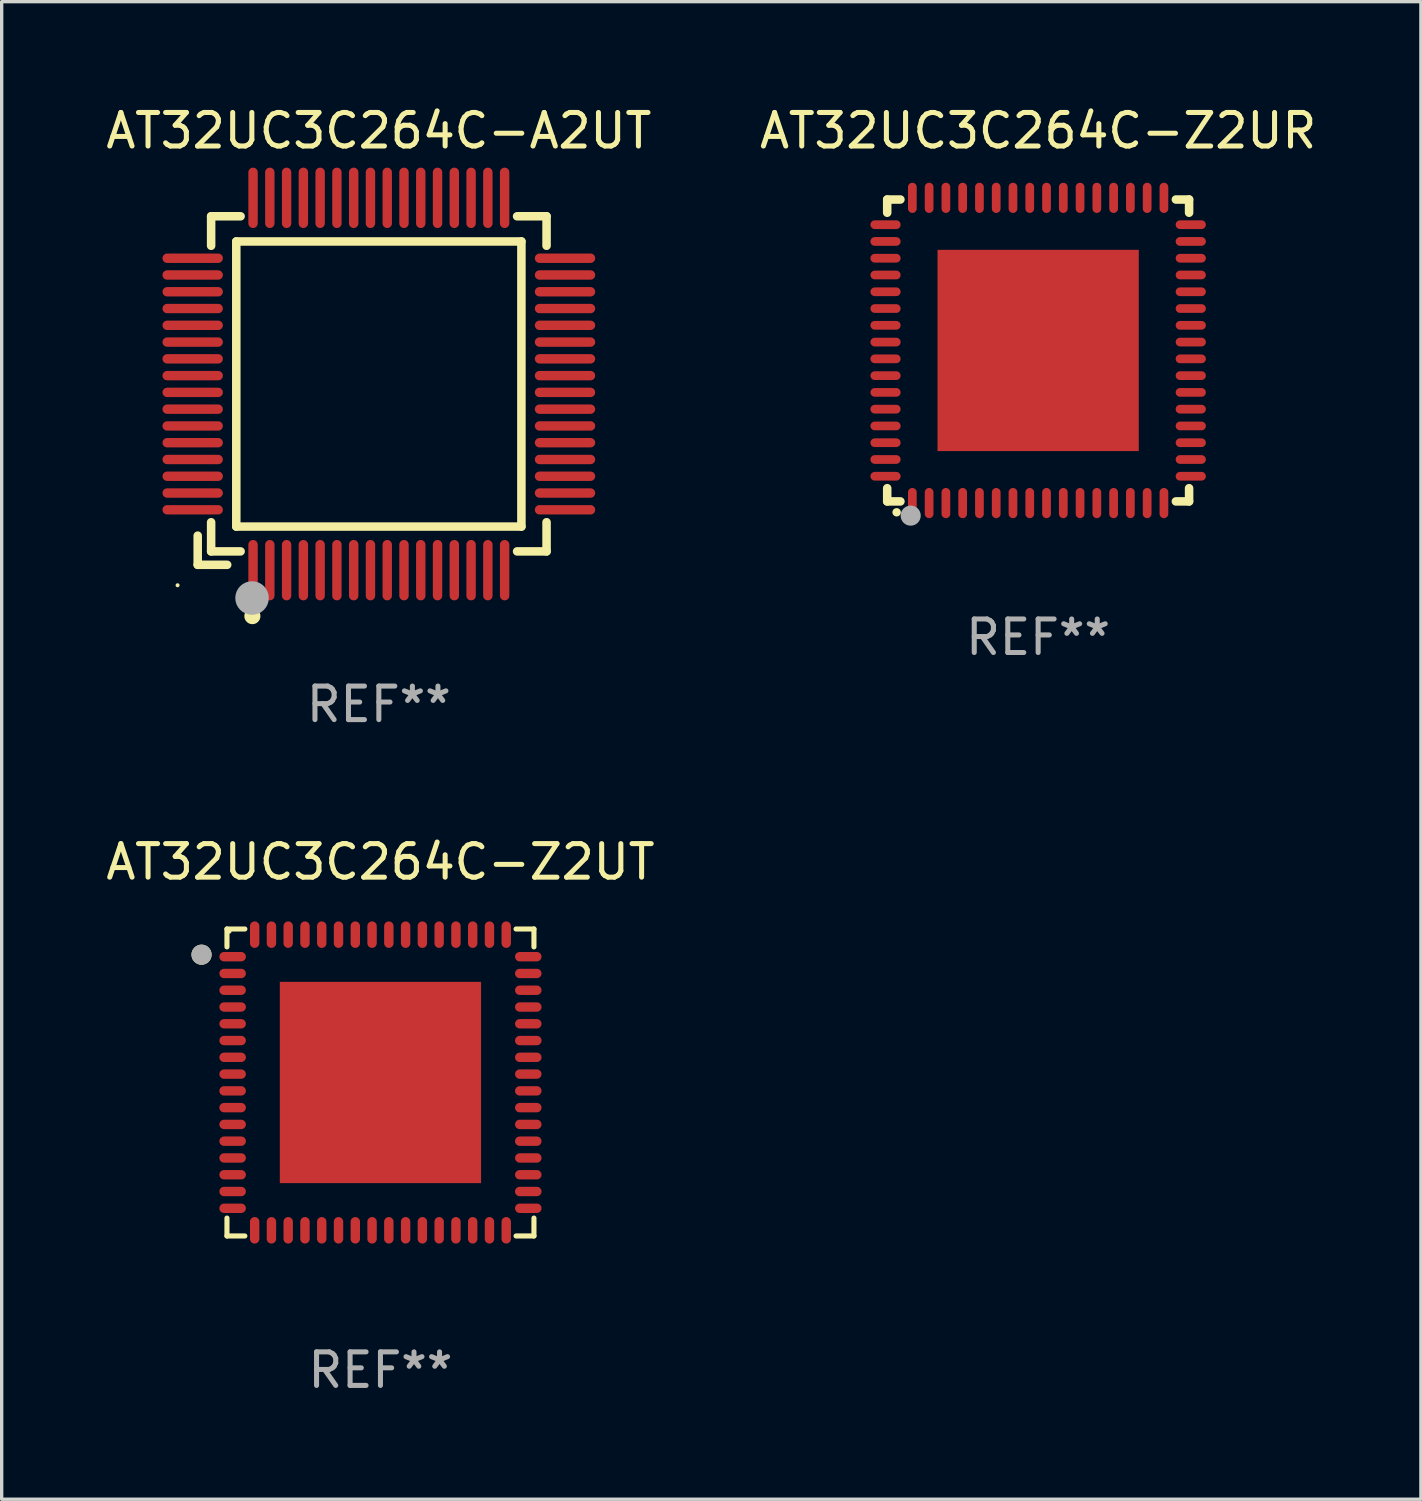
<source format=kicad_pcb>
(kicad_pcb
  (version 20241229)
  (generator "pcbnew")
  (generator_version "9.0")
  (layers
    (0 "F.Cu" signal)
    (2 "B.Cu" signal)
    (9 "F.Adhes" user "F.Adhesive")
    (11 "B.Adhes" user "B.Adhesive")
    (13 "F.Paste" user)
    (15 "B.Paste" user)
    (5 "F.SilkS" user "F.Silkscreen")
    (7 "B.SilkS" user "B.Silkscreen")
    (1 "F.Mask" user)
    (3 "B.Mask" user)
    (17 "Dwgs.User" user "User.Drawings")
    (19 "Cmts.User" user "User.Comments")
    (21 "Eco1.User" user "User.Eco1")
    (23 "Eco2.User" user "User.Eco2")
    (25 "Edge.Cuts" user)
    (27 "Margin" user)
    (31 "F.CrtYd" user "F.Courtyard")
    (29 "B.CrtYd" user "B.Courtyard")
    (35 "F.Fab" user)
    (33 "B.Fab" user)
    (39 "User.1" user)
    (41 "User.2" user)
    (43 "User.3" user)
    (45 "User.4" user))
  (footprint "AT32UC3C264C-A2UT"
    (layer "F.Cu")
    (at 8.244 8.398)
    (property "Reference" "AT32UC3C264C-A2UT" (at 0 -7.55 0) (layer "F.SilkS") (effects (font (size 1 1) (thickness 0.15))))
    (attr through_hole)
    (fp_line (start -5.4 4.521) (end -5.4 5.39) (stroke (width 0.254) (type solid)) (layer "F.SilkS"))
    (fp_line (start -5.4 5.39) (end -4.521 5.39) (stroke (width 0.254) (type solid)) (layer "F.SilkS"))
    (fp_line (start -5 -5) (end -5 -4.121) (stroke (width 0.254) (type solid)) (layer "F.SilkS"))
    (fp_line (start -5 4.121) (end -5 4.99) (stroke (width 0.254) (type solid)) (layer "F.SilkS"))
    (fp_line (start -5 4.99) (end -4.121 4.99) (stroke (width 0.254) (type solid)) (layer "F.SilkS"))
    (fp_line (start -4.25 -4.25) (end -4.25 4.25) (stroke (width 0.254) (type solid)) (layer "F.SilkS"))
    (fp_line (start -4.25 4.25) (end 4.25 4.25) (stroke (width 0.254) (type solid)) (layer "F.SilkS"))
    (fp_line (start -4.121 -5) (end -5 -5) (stroke (width 0.254) (type solid)) (layer "F.SilkS"))
    (fp_line (start 4.121 4.99) (end 5 4.99) (stroke (width 0.254) (type solid)) (layer "F.SilkS"))
    (fp_line (start 4.25 -4.25) (end -4.25 -4.25) (stroke (width 0.254) (type solid)) (layer "F.SilkS"))
    (fp_line (start 4.25 4.25) (end 4.25 -4.25) (stroke (width 0.254) (type solid)) (layer "F.SilkS"))
    (fp_line (start 5 -5) (end 4.121 -5) (stroke (width 0.254) (type solid)) (layer "F.SilkS"))
    (fp_line (start 5 -4.121) (end 5 -5) (stroke (width 0.254) (type solid)) (layer "F.SilkS"))
    (fp_line (start 5 4.99) (end 5 4.121) (stroke (width 0.254) (type solid)) (layer "F.SilkS"))
    (fp_circle (center -6 6) (end -5.97 6) (stroke (width 0.06) (type solid)) (fill no) (layer "F.SilkS"))
    (fp_circle (center -3.77 6.92) (end -3.65 6.92) (stroke (width 0.24) (type solid)) (fill no) (layer "F.SilkS"))
    (fp_circle (center -3.78 6.38) (end -3.53 6.38) (stroke (width 0.5) (type solid)) (fill no) (layer "F.Fab"))
    (fp_text user "REF**" (at 0 9.55 0) (layer "F.Fab") (effects (font (size 1 1) (thickness 0.15))))
    (pad "1" smd oval (at -3.75 5.55) (size 0.28 1.8) (layers "F.Cu" "F.Mask" "F.Paste"))
    (pad "2" smd oval (at -3.25 5.55) (size 0.28 1.8) (layers "F.Cu" "F.Mask" "F.Paste"))
    (pad "3" smd oval (at -2.75 5.55) (size 0.28 1.8) (layers "F.Cu" "F.Mask" "F.Paste"))
    (pad "4" smd oval (at -2.25 5.55) (size 0.28 1.8) (layers "F.Cu" "F.Mask" "F.Paste"))
    (pad "5" smd oval (at -1.75 5.55) (size 0.28 1.8) (layers "F.Cu" "F.Mask" "F.Paste"))
    (pad "6" smd oval (at -1.25 5.55) (size 0.28 1.8) (layers "F.Cu" "F.Mask" "F.Paste"))
    (pad "7" smd oval (at -0.75 5.55) (size 0.28 1.8) (layers "F.Cu" "F.Mask" "F.Paste"))
    (pad "8" smd oval (at -0.25 5.55) (size 0.28 1.8) (layers "F.Cu" "F.Mask" "F.Paste"))
    (pad "9" smd oval (at 0.25 5.55) (size 0.28 1.8) (layers "F.Cu" "F.Mask" "F.Paste"))
    (pad "10" smd oval (at 0.75 5.55) (size 0.28 1.8) (layers "F.Cu" "F.Mask" "F.Paste"))
    (pad "11" smd oval (at 1.25 5.55) (size 0.28 1.8) (layers "F.Cu" "F.Mask" "F.Paste"))
    (pad "12" smd oval (at 1.75 5.55) (size 0.28 1.8) (layers "F.Cu" "F.Mask" "F.Paste"))
    (pad "13" smd oval (at 2.25 5.55) (size 0.28 1.8) (layers "F.Cu" "F.Mask" "F.Paste"))
    (pad "14" smd oval (at 2.75 5.55) (size 0.28 1.8) (layers "F.Cu" "F.Mask" "F.Paste"))
    (pad "15" smd oval (at 3.25 5.55) (size 0.28 1.8) (layers "F.Cu" "F.Mask" "F.Paste"))
    (pad "16" smd oval (at 3.75 5.55) (size 0.28 1.8) (layers "F.Cu" "F.Mask" "F.Paste"))
    (pad "17" smd oval (at 5.55 3.75) (size 1.8 0.28) (layers "F.Cu" "F.Mask" "F.Paste"))
    (pad "18" smd oval (at 5.55 3.25) (size 1.8 0.28) (layers "F.Cu" "F.Mask" "F.Paste"))
    (pad "19" smd oval (at 5.55 2.75) (size 1.8 0.28) (layers "F.Cu" "F.Mask" "F.Paste"))
    (pad "20" smd oval (at 5.55 2.25) (size 1.8 0.28) (layers "F.Cu" "F.Mask" "F.Paste"))
    (pad "21" smd oval (at 5.55 1.75) (size 1.8 0.28) (layers "F.Cu" "F.Mask" "F.Paste"))
    (pad "22" smd oval (at 5.55 1.25) (size 1.8 0.28) (layers "F.Cu" "F.Mask" "F.Paste"))
    (pad "23" smd oval (at 5.55 0.75) (size 1.8 0.28) (layers "F.Cu" "F.Mask" "F.Paste"))
    (pad "24" smd oval (at 5.55 0.25) (size 1.8 0.28) (layers "F.Cu" "F.Mask" "F.Paste"))
    (pad "25" smd oval (at 5.55 -0.25) (size 1.8 0.28) (layers "F.Cu" "F.Mask" "F.Paste"))
    (pad "26" smd oval (at 5.55 -0.75) (size 1.8 0.28) (layers "F.Cu" "F.Mask" "F.Paste"))
    (pad "27" smd oval (at 5.55 -1.25) (size 1.8 0.28) (layers "F.Cu" "F.Mask" "F.Paste"))
    (pad "28" smd oval (at 5.55 -1.75) (size 1.8 0.28) (layers "F.Cu" "F.Mask" "F.Paste"))
    (pad "29" smd oval (at 5.55 -2.25) (size 1.8 0.28) (layers "F.Cu" "F.Mask" "F.Paste"))
    (pad "30" smd oval (at 5.55 -2.75) (size 1.8 0.28) (layers "F.Cu" "F.Mask" "F.Paste"))
    (pad "31" smd oval (at 5.55 -3.25) (size 1.8 0.28) (layers "F.Cu" "F.Mask" "F.Paste"))
    (pad "32" smd oval (at 5.55 -3.75) (size 1.8 0.28) (layers "F.Cu" "F.Mask" "F.Paste"))
    (pad "33" smd oval (at 3.75 -5.55) (size 0.28 1.8) (layers "F.Cu" "F.Mask" "F.Paste"))
    (pad "34" smd oval (at 3.25 -5.55) (size 0.28 1.8) (layers "F.Cu" "F.Mask" "F.Paste"))
    (pad "35" smd oval (at 2.75 -5.55) (size 0.28 1.8) (layers "F.Cu" "F.Mask" "F.Paste"))
    (pad "36" smd oval (at 2.25 -5.55) (size 0.28 1.8) (layers "F.Cu" "F.Mask" "F.Paste"))
    (pad "37" smd oval (at 1.75 -5.55) (size 0.28 1.8) (layers "F.Cu" "F.Mask" "F.Paste"))
    (pad "38" smd oval (at 1.25 -5.55) (size 0.28 1.8) (layers "F.Cu" "F.Mask" "F.Paste"))
    (pad "39" smd oval (at 0.75 -5.55) (size 0.28 1.8) (layers "F.Cu" "F.Mask" "F.Paste"))
    (pad "40" smd oval (at 0.25 -5.55) (size 0.28 1.8) (layers "F.Cu" "F.Mask" "F.Paste"))
    (pad "41" smd oval (at -0.25 -5.55) (size 0.28 1.8) (layers "F.Cu" "F.Mask" "F.Paste"))
    (pad "42" smd oval (at -0.75 -5.55) (size 0.28 1.8) (layers "F.Cu" "F.Mask" "F.Paste"))
    (pad "43" smd oval (at -1.25 -5.55) (size 0.28 1.8) (layers "F.Cu" "F.Mask" "F.Paste"))
    (pad "44" smd oval (at -1.75 -5.55) (size 0.28 1.8) (layers "F.Cu" "F.Mask" "F.Paste"))
    (pad "45" smd oval (at -2.25 -5.55) (size 0.28 1.8) (layers "F.Cu" "F.Mask" "F.Paste"))
    (pad "46" smd oval (at -2.75 -5.55) (size 0.28 1.8) (layers "F.Cu" "F.Mask" "F.Paste"))
    (pad "47" smd oval (at -3.25 -5.55) (size 0.28 1.8) (layers "F.Cu" "F.Mask" "F.Paste"))
    (pad "48" smd oval (at -3.75 -5.55) (size 0.28 1.8) (layers "F.Cu" "F.Mask" "F.Paste"))
    (pad "49" smd oval (at -5.55 -3.75) (size 1.8 0.28) (layers "F.Cu" "F.Mask" "F.Paste"))
    (pad "50" smd oval (at -5.55 -3.25) (size 1.8 0.28) (layers "F.Cu" "F.Mask" "F.Paste"))
    (pad "51" smd oval (at -5.55 -2.75) (size 1.8 0.28) (layers "F.Cu" "F.Mask" "F.Paste"))
    (pad "52" smd oval (at -5.55 -2.25) (size 1.8 0.28) (layers "F.Cu" "F.Mask" "F.Paste"))
    (pad "53" smd oval (at -5.55 -1.75) (size 1.8 0.28) (layers "F.Cu" "F.Mask" "F.Paste"))
    (pad "54" smd oval (at -5.55 -1.25) (size 1.8 0.28) (layers "F.Cu" "F.Mask" "F.Paste"))
    (pad "55" smd oval (at -5.55 -0.75) (size 1.8 0.28) (layers "F.Cu" "F.Mask" "F.Paste"))
    (pad "56" smd oval (at -5.55 -0.25) (size 1.8 0.28) (layers "F.Cu" "F.Mask" "F.Paste"))
    (pad "57" smd oval (at -5.55 0.25) (size 1.8 0.28) (layers "F.Cu" "F.Mask" "F.Paste"))
    (pad "58" smd oval (at -5.55 0.75) (size 1.8 0.28) (layers "F.Cu" "F.Mask" "F.Paste"))
    (pad "59" smd oval (at -5.55 1.25) (size 1.8 0.28) (layers "F.Cu" "F.Mask" "F.Paste"))
    (pad "60" smd oval (at -5.55 1.75) (size 1.8 0.28) (layers "F.Cu" "F.Mask" "F.Paste"))
    (pad "61" smd oval (at -5.55 2.25) (size 1.8 0.28) (layers "F.Cu" "F.Mask" "F.Paste"))
    (pad "62" smd oval (at -5.55 2.75) (size 1.8 0.28) (layers "F.Cu" "F.Mask" "F.Paste"))
    (pad "63" smd oval (at -5.55 3.25) (size 1.8 0.28) (layers "F.Cu" "F.Mask" "F.Paste"))
    (pad "64" smd oval (at -5.55 3.75) (size 1.8 0.28) (layers "F.Cu" "F.Mask" "F.Paste")))
  (footprint "AT32UC3C264C-Z2UR"
    (layer "F.Cu")
    (at 27.899 7.398)
    (property "Reference" "AT32UC3C264C-Z2UR" (at 0 -6.55 0) (layer "F.SilkS") (effects (font (size 1 1) (thickness 0.15))))
    (attr through_hole)
    (fp_line (start -4.5 -4.5) (end -4.106 -4.5) (stroke (width 0.254) (type solid)) (layer "F.SilkS"))
    (fp_line (start -4.5 -4.106) (end -4.5 -4.5) (stroke (width 0.254) (type solid)) (layer "F.SilkS"))
    (fp_line (start -4.5 4.5) (end -4.5 4.106) (stroke (width 0.254) (type solid)) (layer "F.SilkS"))
    (fp_line (start -4.106 4.5) (end -4.5 4.5) (stroke (width 0.254) (type solid)) (layer "F.SilkS"))
    (fp_line (start 4.106 -4.5) (end 4.5 -4.5) (stroke (width 0.254) (type solid)) (layer "F.SilkS"))
    (fp_line (start 4.5 -4.5) (end 4.5 -4.106) (stroke (width 0.254) (type solid)) (layer "F.SilkS"))
    (fp_line (start 4.5 4.106) (end 4.5 4.5) (stroke (width 0.254) (type solid)) (layer "F.SilkS"))
    (fp_line (start 4.5 4.5) (end 4.106 4.5) (stroke (width 0.254) (type solid)) (layer "F.SilkS"))
    (fp_arc (start -4.220041 4.824308) (mid -4.218771 4.824302) (end -4.217501 4.824308) (stroke (width 0.24892) (type solid)) (layer "F.SilkS"))
    (fp_circle (center -4.5 4.5) (end -4.47 4.5) (stroke (width 0.06) (type solid)) (fill no) (layer "F.SilkS"))
    (fp_circle (center -3.8 4.924) (end -3.65 4.924) (stroke (width 0.3) (type solid)) (fill no) (layer "F.Fab"))
    (fp_text user "REF**" (at 0 8.55 0) (layer "F.Fab") (effects (font (size 1 1) (thickness 0.15))))
    (pad "1" smd oval (at -3.75 4.55 90) (size 0.9 0.26) (layers "F.Cu" "F.Mask" "F.Paste"))
    (pad "2" smd oval (at -3.25 4.55 90) (size 0.9 0.26) (layers "F.Cu" "F.Mask" "F.Paste"))
    (pad "3" smd oval (at -2.75 4.55 90) (size 0.9 0.26) (layers "F.Cu" "F.Mask" "F.Paste"))
    (pad "4" smd oval (at -2.25 4.55 90) (size 0.9 0.26) (layers "F.Cu" "F.Mask" "F.Paste"))
    (pad "5" smd oval (at -1.75 4.55 90) (size 0.9 0.26) (layers "F.Cu" "F.Mask" "F.Paste"))
    (pad "6" smd oval (at -1.25 4.55 90) (size 0.9 0.26) (layers "F.Cu" "F.Mask" "F.Paste"))
    (pad "7" smd oval (at -0.75 4.55 90) (size 0.9 0.26) (layers "F.Cu" "F.Mask" "F.Paste"))
    (pad "8" smd oval (at -0.25 4.55 90) (size 0.9 0.26) (layers "F.Cu" "F.Mask" "F.Paste"))
    (pad "9" smd oval (at 0.25 4.55 90) (size 0.9 0.26) (layers "F.Cu" "F.Mask" "F.Paste"))
    (pad "10" smd oval (at 0.75 4.55 90) (size 0.9 0.26) (layers "F.Cu" "F.Mask" "F.Paste"))
    (pad "11" smd oval (at 1.25 4.55 90) (size 0.9 0.26) (layers "F.Cu" "F.Mask" "F.Paste"))
    (pad "12" smd oval (at 1.75 4.55 90) (size 0.9 0.26) (layers "F.Cu" "F.Mask" "F.Paste"))
    (pad "13" smd oval (at 2.25 4.55 90) (size 0.9 0.26) (layers "F.Cu" "F.Mask" "F.Paste"))
    (pad "14" smd oval (at 2.75 4.55 90) (size 0.9 0.26) (layers "F.Cu" "F.Mask" "F.Paste"))
    (pad "15" smd oval (at 3.25 4.55 90) (size 0.9 0.26) (layers "F.Cu" "F.Mask" "F.Paste"))
    (pad "16" smd oval (at 3.75 4.55 90) (size 0.9 0.26) (layers "F.Cu" "F.Mask" "F.Paste"))
    (pad "17" smd oval (at 4.55 3.75 90) (size 0.26 0.9) (layers "F.Cu" "F.Mask" "F.Paste"))
    (pad "18" smd oval (at 4.55 3.25 90) (size 0.26 0.9) (layers "F.Cu" "F.Mask" "F.Paste"))
    (pad "19" smd oval (at 4.55 2.75 90) (size 0.26 0.9) (layers "F.Cu" "F.Mask" "F.Paste"))
    (pad "20" smd oval (at 4.55 2.25 90) (size 0.26 0.9) (layers "F.Cu" "F.Mask" "F.Paste"))
    (pad "21" smd oval (at 4.55 1.75 90) (size 0.26 0.9) (layers "F.Cu" "F.Mask" "F.Paste"))
    (pad "22" smd oval (at 4.55 1.25 90) (size 0.26 0.9) (layers "F.Cu" "F.Mask" "F.Paste"))
    (pad "23" smd oval (at 4.55 0.75 90) (size 0.26 0.9) (layers "F.Cu" "F.Mask" "F.Paste"))
    (pad "24" smd oval (at 4.55 0.25 90) (size 0.26 0.9) (layers "F.Cu" "F.Mask" "F.Paste"))
    (pad "25" smd oval (at 4.55 -0.25 90) (size 0.26 0.9) (layers "F.Cu" "F.Mask" "F.Paste"))
    (pad "26" smd oval (at 4.55 -0.75 90) (size 0.26 0.9) (layers "F.Cu" "F.Mask" "F.Paste"))
    (pad "27" smd oval (at 4.55 -1.25 90) (size 0.26 0.9) (layers "F.Cu" "F.Mask" "F.Paste"))
    (pad "28" smd oval (at 4.55 -1.75 90) (size 0.26 0.9) (layers "F.Cu" "F.Mask" "F.Paste"))
    (pad "29" smd oval (at 4.55 -2.25 90) (size 0.26 0.9) (layers "F.Cu" "F.Mask" "F.Paste"))
    (pad "30" smd oval (at 4.55 -2.75 90) (size 0.26 0.9) (layers "F.Cu" "F.Mask" "F.Paste"))
    (pad "31" smd oval (at 4.55 -3.25 90) (size 0.26 0.9) (layers "F.Cu" "F.Mask" "F.Paste"))
    (pad "32" smd oval (at 4.55 -3.75 90) (size 0.26 0.9) (layers "F.Cu" "F.Mask" "F.Paste"))
    (pad "33" smd oval (at 3.75 -4.55 90) (size 0.9 0.26) (layers "F.Cu" "F.Mask" "F.Paste"))
    (pad "34" smd oval (at 3.25 -4.55 90) (size 0.9 0.26) (layers "F.Cu" "F.Mask" "F.Paste"))
    (pad "35" smd oval (at 2.75 -4.55 90) (size 0.9 0.26) (layers "F.Cu" "F.Mask" "F.Paste"))
    (pad "36" smd oval (at 2.25 -4.55 90) (size 0.9 0.26) (layers "F.Cu" "F.Mask" "F.Paste"))
    (pad "37" smd oval (at 1.75 -4.55 90) (size 0.9 0.26) (layers "F.Cu" "F.Mask" "F.Paste"))
    (pad "38" smd oval (at 1.25 -4.55 90) (size 0.9 0.26) (layers "F.Cu" "F.Mask" "F.Paste"))
    (pad "39" smd oval (at 0.75 -4.55 90) (size 0.9 0.26) (layers "F.Cu" "F.Mask" "F.Paste"))
    (pad "40" smd oval (at 0.25 -4.55 90) (size 0.9 0.26) (layers "F.Cu" "F.Mask" "F.Paste"))
    (pad "41" smd oval (at -0.25 -4.55 90) (size 0.9 0.26) (layers "F.Cu" "F.Mask" "F.Paste"))
    (pad "42" smd oval (at -0.75 -4.55 90) (size 0.9 0.26) (layers "F.Cu" "F.Mask" "F.Paste"))
    (pad "43" smd oval (at -1.25 -4.55 90) (size 0.9 0.26) (layers "F.Cu" "F.Mask" "F.Paste"))
    (pad "44" smd oval (at -1.75 -4.55 90) (size 0.9 0.26) (layers "F.Cu" "F.Mask" "F.Paste"))
    (pad "45" smd oval (at -2.25 -4.55 90) (size 0.9 0.26) (layers "F.Cu" "F.Mask" "F.Paste"))
    (pad "46" smd oval (at -2.75 -4.55 90) (size 0.9 0.26) (layers "F.Cu" "F.Mask" "F.Paste"))
    (pad "47" smd oval (at -3.25 -4.55 90) (size 0.9 0.26) (layers "F.Cu" "F.Mask" "F.Paste"))
    (pad "48" smd oval (at -3.75 -4.55 90) (size 0.9 0.26) (layers "F.Cu" "F.Mask" "F.Paste"))
    (pad "49" smd oval (at -4.55 -3.75 90) (size 0.26 0.9) (layers "F.Cu" "F.Mask" "F.Paste"))
    (pad "50" smd oval (at -4.55 -3.25 90) (size 0.26 0.9) (layers "F.Cu" "F.Mask" "F.Paste"))
    (pad "51" smd oval (at -4.55 -2.75 90) (size 0.26 0.9) (layers "F.Cu" "F.Mask" "F.Paste"))
    (pad "52" smd oval (at -4.55 -2.25 90) (size 0.26 0.9) (layers "F.Cu" "F.Mask" "F.Paste"))
    (pad "53" smd oval (at -4.55 -1.75 90) (size 0.26 0.9) (layers "F.Cu" "F.Mask" "F.Paste"))
    (pad "54" smd oval (at -4.55 -1.25 90) (size 0.26 0.9) (layers "F.Cu" "F.Mask" "F.Paste"))
    (pad "55" smd oval (at -4.55 -0.75 90) (size 0.26 0.9) (layers "F.Cu" "F.Mask" "F.Paste"))
    (pad "56" smd oval (at -4.55 -0.25 90) (size 0.26 0.9) (layers "F.Cu" "F.Mask" "F.Paste"))
    (pad "57" smd oval (at -4.55 0.25 90) (size 0.26 0.9) (layers "F.Cu" "F.Mask" "F.Paste"))
    (pad "58" smd oval (at -4.55 0.75 90) (size 0.26 0.9) (layers "F.Cu" "F.Mask" "F.Paste"))
    (pad "59" smd oval (at -4.55 1.25 90) (size 0.26 0.9) (layers "F.Cu" "F.Mask" "F.Paste"))
    (pad "60" smd oval (at -4.55 1.75 90) (size 0.26 0.9) (layers "F.Cu" "F.Mask" "F.Paste"))
    (pad "61" smd oval (at -4.55 2.25 90) (size 0.26 0.9) (layers "F.Cu" "F.Mask" "F.Paste"))
    (pad "62" smd oval (at -4.55 2.75 90) (size 0.26 0.9) (layers "F.Cu" "F.Mask" "F.Paste"))
    (pad "63" smd oval (at -4.55 3.25 90) (size 0.26 0.9) (layers "F.Cu" "F.Mask" "F.Paste"))
    (pad "64" smd oval (at -4.55 3.75 90) (size 0.26 0.9) (layers "F.Cu" "F.Mask" "F.Paste"))
    (pad "65" smd rect (at 0.000381 0 90) (size 6 6) (layers "F.Cu" "F.Mask" "F.Paste")))
  (footprint "AT32UC3C264C-Z2UT"
    (layer "F.Cu")
    (at 8.292 29.221)
    (property "Reference" "AT32UC3C264C-Z2UT" (at 0 -6.576 0) (layer "F.SilkS") (effects (font (size 1 1) (thickness 0.15))))
    (attr through_hole)
    (fp_line (start -4.576 -4.576) (end -4.042 -4.576) (stroke (width 0.152) (type solid)) (layer "F.SilkS"))
    (fp_line (start -4.576 -4.042) (end -4.576 -4.576) (stroke (width 0.152) (type solid)) (layer "F.SilkS"))
    (fp_line (start -4.576 4.042) (end -4.576 4.576) (stroke (width 0.152) (type solid)) (layer "F.SilkS"))
    (fp_line (start -4.576 4.576) (end -4.042 4.576) (stroke (width 0.152) (type solid)) (layer "F.SilkS"))
    (fp_line (start 4.576 -4.576) (end 4.042 -4.576) (stroke (width 0.152) (type solid)) (layer "F.SilkS"))
    (fp_line (start 4.576 -4.042) (end 4.576 -4.576) (stroke (width 0.152) (type solid)) (layer "F.SilkS"))
    (fp_line (start 4.576 4.042) (end 4.576 4.576) (stroke (width 0.152) (type solid)) (layer "F.SilkS"))
    (fp_line (start 4.576 4.576) (end 4.042 4.576) (stroke (width 0.152) (type solid)) (layer "F.SilkS"))
    (fp_circle (center -5.334 -3.81) (end -5.184 -3.81) (stroke (width 0.3) (type solid)) (fill no) (layer "F.SilkS"))
    (fp_circle (center -4.5 -4.5) (end -4.47 -4.5) (stroke (width 0.06) (type solid)) (fill no) (layer "F.SilkS"))
    (fp_circle (center -5.334 -3.81) (end -5.184 -3.81) (stroke (width 0.3) (type solid)) (fill no) (layer "F.Fab"))
    (fp_text user "REF**" (at 0 8.576 0) (layer "F.Fab") (effects (font (size 1 1) (thickness 0.15))))
    (pad "1" smd oval (at -4.407 -3.75) (size 0.79 0.28) (layers "F.Cu" "F.Mask" "F.Paste"))
    (pad "2" smd oval (at -4.407 -3.25) (size 0.79 0.28) (layers "F.Cu" "F.Mask" "F.Paste"))
    (pad "3" smd oval (at -4.407 -2.75) (size 0.79 0.28) (layers "F.Cu" "F.Mask" "F.Paste"))
    (pad "4" smd oval (at -4.407 -2.25) (size 0.79 0.28) (layers "F.Cu" "F.Mask" "F.Paste"))
    (pad "5" smd oval (at -4.407 -1.75) (size 0.79 0.28) (layers "F.Cu" "F.Mask" "F.Paste"))
    (pad "6" smd oval (at -4.407 -1.25) (size 0.79 0.28) (layers "F.Cu" "F.Mask" "F.Paste"))
    (pad "7" smd oval (at -4.407 -0.75) (size 0.79 0.28) (layers "F.Cu" "F.Mask" "F.Paste"))
    (pad "8" smd oval (at -4.407 -0.25) (size 0.79 0.28) (layers "F.Cu" "F.Mask" "F.Paste"))
    (pad "9" smd oval (at -4.407 0.25) (size 0.79 0.28) (layers "F.Cu" "F.Mask" "F.Paste"))
    (pad "10" smd oval (at -4.407 0.75) (size 0.79 0.28) (layers "F.Cu" "F.Mask" "F.Paste"))
    (pad "11" smd oval (at -4.407 1.25) (size 0.79 0.28) (layers "F.Cu" "F.Mask" "F.Paste"))
    (pad "12" smd oval (at -4.407 1.75) (size 0.79 0.28) (layers "F.Cu" "F.Mask" "F.Paste"))
    (pad "13" smd oval (at -4.407 2.25) (size 0.79 0.28) (layers "F.Cu" "F.Mask" "F.Paste"))
    (pad "14" smd oval (at -4.407 2.75) (size 0.79 0.28) (layers "F.Cu" "F.Mask" "F.Paste"))
    (pad "15" smd oval (at -4.407 3.25) (size 0.79 0.28) (layers "F.Cu" "F.Mask" "F.Paste"))
    (pad "16" smd oval (at -4.407 3.75) (size 0.79 0.28) (layers "F.Cu" "F.Mask" "F.Paste"))
    (pad "17" smd oval (at -3.75 4.407) (size 0.28 0.79) (layers "F.Cu" "F.Mask" "F.Paste"))
    (pad "18" smd oval (at -3.25 4.407) (size 0.28 0.79) (layers "F.Cu" "F.Mask" "F.Paste"))
    (pad "19" smd oval (at -2.75 4.407) (size 0.28 0.79) (layers "F.Cu" "F.Mask" "F.Paste"))
    (pad "20" smd oval (at -2.25 4.407) (size 0.28 0.79) (layers "F.Cu" "F.Mask" "F.Paste"))
    (pad "21" smd oval (at -1.75 4.407) (size 0.28 0.79) (layers "F.Cu" "F.Mask" "F.Paste"))
    (pad "22" smd oval (at -1.25 4.407) (size 0.28 0.79) (layers "F.Cu" "F.Mask" "F.Paste"))
    (pad "23" smd oval (at -0.75 4.407) (size 0.28 0.79) (layers "F.Cu" "F.Mask" "F.Paste"))
    (pad "24" smd oval (at -0.25 4.407) (size 0.28 0.79) (layers "F.Cu" "F.Mask" "F.Paste"))
    (pad "25" smd oval (at 0.25 4.407) (size 0.28 0.79) (layers "F.Cu" "F.Mask" "F.Paste"))
    (pad "26" smd oval (at 0.75 4.407) (size 0.28 0.79) (layers "F.Cu" "F.Mask" "F.Paste"))
    (pad "27" smd oval (at 1.25 4.407) (size 0.28 0.79) (layers "F.Cu" "F.Mask" "F.Paste"))
    (pad "28" smd oval (at 1.75 4.407) (size 0.28 0.79) (layers "F.Cu" "F.Mask" "F.Paste"))
    (pad "29" smd oval (at 2.25 4.407) (size 0.28 0.79) (layers "F.Cu" "F.Mask" "F.Paste"))
    (pad "30" smd oval (at 2.75 4.407) (size 0.28 0.79) (layers "F.Cu" "F.Mask" "F.Paste"))
    (pad "31" smd oval (at 3.25 4.407) (size 0.28 0.79) (layers "F.Cu" "F.Mask" "F.Paste"))
    (pad "32" smd oval (at 3.75 4.407) (size 0.28 0.79) (layers "F.Cu" "F.Mask" "F.Paste"))
    (pad "33" smd oval (at 4.407 3.75) (size 0.79 0.28) (layers "F.Cu" "F.Mask" "F.Paste"))
    (pad "34" smd oval (at 4.407 3.25) (size 0.79 0.28) (layers "F.Cu" "F.Mask" "F.Paste"))
    (pad "35" smd oval (at 4.407 2.75) (size 0.79 0.28) (layers "F.Cu" "F.Mask" "F.Paste"))
    (pad "36" smd oval (at 4.407 2.25) (size 0.79 0.28) (layers "F.Cu" "F.Mask" "F.Paste"))
    (pad "37" smd oval (at 4.407 1.75) (size 0.79 0.28) (layers "F.Cu" "F.Mask" "F.Paste"))
    (pad "38" smd oval (at 4.407 1.25) (size 0.79 0.28) (layers "F.Cu" "F.Mask" "F.Paste"))
    (pad "39" smd oval (at 4.407 0.75) (size 0.79 0.28) (layers "F.Cu" "F.Mask" "F.Paste"))
    (pad "40" smd oval (at 4.407 0.25) (size 0.79 0.28) (layers "F.Cu" "F.Mask" "F.Paste"))
    (pad "41" smd oval (at 4.407 -0.25) (size 0.79 0.28) (layers "F.Cu" "F.Mask" "F.Paste"))
    (pad "42" smd oval (at 4.407 -0.75) (size 0.79 0.28) (layers "F.Cu" "F.Mask" "F.Paste"))
    (pad "43" smd oval (at 4.407 -1.25) (size 0.79 0.28) (layers "F.Cu" "F.Mask" "F.Paste"))
    (pad "44" smd oval (at 4.407 -1.75) (size 0.79 0.28) (layers "F.Cu" "F.Mask" "F.Paste"))
    (pad "45" smd oval (at 4.407 -2.25) (size 0.79 0.28) (layers "F.Cu" "F.Mask" "F.Paste"))
    (pad "46" smd oval (at 4.407 -2.75) (size 0.79 0.28) (layers "F.Cu" "F.Mask" "F.Paste"))
    (pad "47" smd oval (at 4.407 -3.25) (size 0.79 0.28) (layers "F.Cu" "F.Mask" "F.Paste"))
    (pad "48" smd oval (at 4.407 -3.75) (size 0.79 0.28) (layers "F.Cu" "F.Mask" "F.Paste"))
    (pad "49" smd oval (at 3.75 -4.407) (size 0.28 0.79) (layers "F.Cu" "F.Mask" "F.Paste"))
    (pad "50" smd oval (at 3.25 -4.407) (size 0.28 0.79) (layers "F.Cu" "F.Mask" "F.Paste"))
    (pad "51" smd oval (at 2.75 -4.407) (size 0.28 0.79) (layers "F.Cu" "F.Mask" "F.Paste"))
    (pad "52" smd oval (at 2.25 -4.407) (size 0.28 0.79) (layers "F.Cu" "F.Mask" "F.Paste"))
    (pad "53" smd oval (at 1.75 -4.407) (size 0.28 0.79) (layers "F.Cu" "F.Mask" "F.Paste"))
    (pad "54" smd oval (at 1.25 -4.407) (size 0.28 0.79) (layers "F.Cu" "F.Mask" "F.Paste"))
    (pad "55" smd oval (at 0.75 -4.407) (size 0.28 0.79) (layers "F.Cu" "F.Mask" "F.Paste"))
    (pad "56" smd oval (at 0.25 -4.407) (size 0.28 0.79) (layers "F.Cu" "F.Mask" "F.Paste"))
    (pad "57" smd oval (at -0.25 -4.407) (size 0.28 0.79) (layers "F.Cu" "F.Mask" "F.Paste"))
    (pad "58" smd oval (at -0.75 -4.407) (size 0.28 0.79) (layers "F.Cu" "F.Mask" "F.Paste"))
    (pad "59" smd oval (at -1.25 -4.407) (size 0.28 0.79) (layers "F.Cu" "F.Mask" "F.Paste"))
    (pad "60" smd oval (at -1.75 -4.407) (size 0.28 0.79) (layers "F.Cu" "F.Mask" "F.Paste"))
    (pad "61" smd oval (at -2.25 -4.407) (size 0.28 0.79) (layers "F.Cu" "F.Mask" "F.Paste"))
    (pad "62" smd oval (at -2.75 -4.407) (size 0.28 0.79) (layers "F.Cu" "F.Mask" "F.Paste"))
    (pad "63" smd oval (at -3.25 -4.407) (size 0.28 0.79) (layers "F.Cu" "F.Mask" "F.Paste"))
    (pad "64" smd oval (at -3.75 -4.407) (size 0.28 0.79) (layers "F.Cu" "F.Mask" "F.Paste"))
    (pad "65" smd rect (at 0 0) (size 6 6) (layers "F.Cu" "F.Mask" "F.Paste")))
  (gr_rect
    (start -3 -3)
    (end 39.31 41.645)
    (stroke (width 0.1) (type default))
    (fill no)
    (layer "Edge.Cuts")))
</source>
